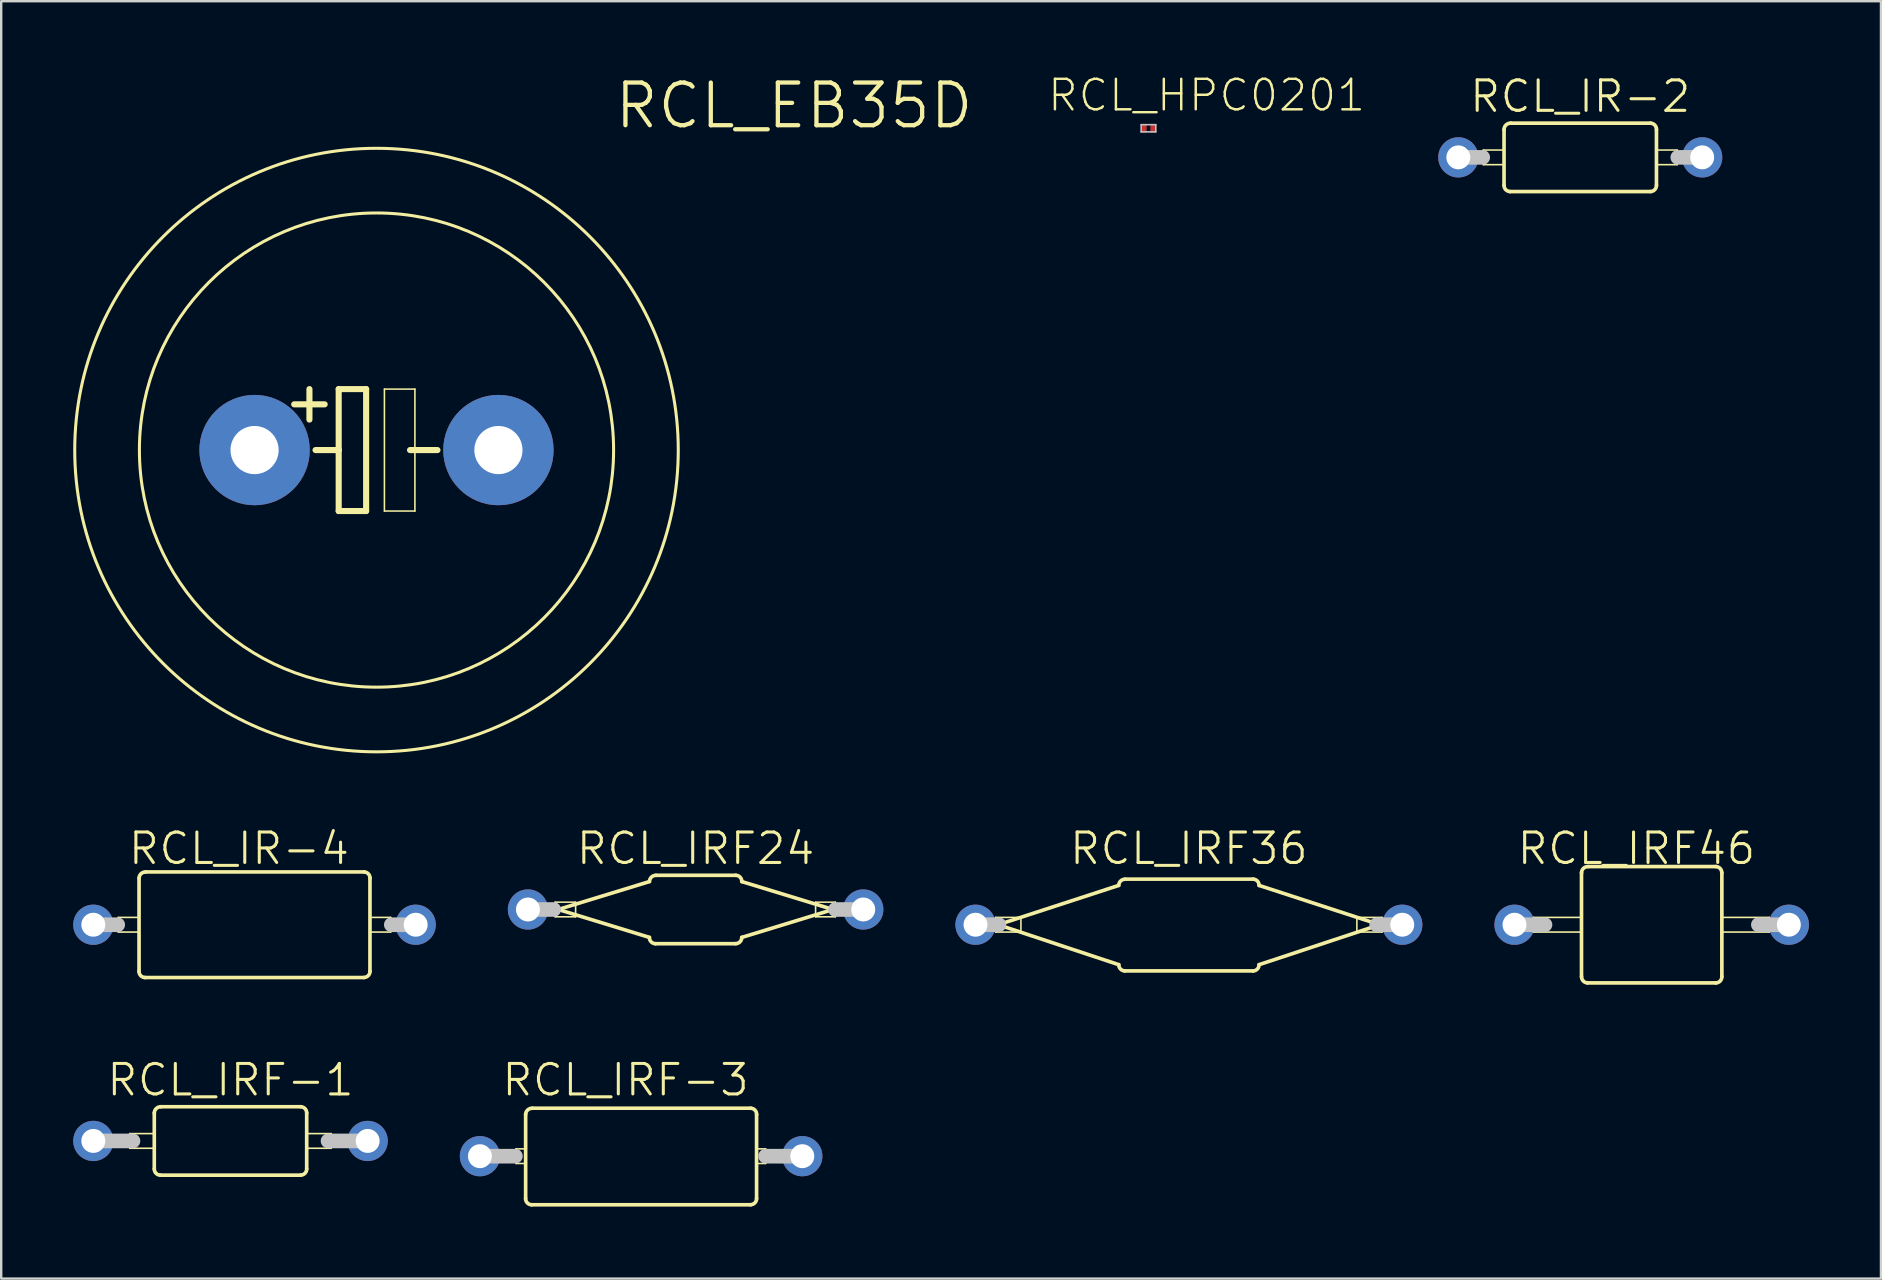
<source format=kicad_pcb>
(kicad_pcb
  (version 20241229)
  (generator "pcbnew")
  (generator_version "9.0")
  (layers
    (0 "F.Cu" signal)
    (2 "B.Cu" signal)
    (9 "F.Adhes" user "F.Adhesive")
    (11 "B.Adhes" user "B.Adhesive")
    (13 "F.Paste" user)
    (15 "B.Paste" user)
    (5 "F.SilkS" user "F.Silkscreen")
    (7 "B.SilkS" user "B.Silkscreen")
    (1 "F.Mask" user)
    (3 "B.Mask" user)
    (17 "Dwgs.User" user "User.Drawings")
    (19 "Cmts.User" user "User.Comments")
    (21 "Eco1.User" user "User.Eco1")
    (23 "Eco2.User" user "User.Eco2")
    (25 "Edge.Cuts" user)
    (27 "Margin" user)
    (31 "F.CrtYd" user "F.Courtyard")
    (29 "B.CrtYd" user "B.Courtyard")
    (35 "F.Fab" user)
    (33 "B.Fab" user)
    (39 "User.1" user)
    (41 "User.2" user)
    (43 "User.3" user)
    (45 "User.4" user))
  (footprint "RCL_IRF-1"
    (layer "F.Cu")
    (at 6.553 44.485)
    (property "Reference" "RCL_IRF-1" (at 0 -2.54 0) (layer "F.SilkS") (effects (font (size 1.27 1.27) (thickness 0.127))))
    (attr exclude_from_pos_files exclude_from_bom)
    (fp_line (start -4.199 -0.305) (end -3.175 -0.305) (stroke (width 0.066) (type solid)) (layer "F.SilkS"))
    (fp_line (start -4.199 0.305) (end -4.199 -0.305) (stroke (width 0.066) (type solid)) (layer "F.SilkS"))
    (fp_line (start -4.199 0.305) (end -3.175 0.305) (stroke (width 0.066) (type solid)) (layer "F.SilkS"))
    (fp_line (start -3.175 0.305) (end -3.175 -0.305) (stroke (width 0.066) (type solid)) (layer "F.SilkS"))
    (fp_line (start -3.175 1.163) (end -3.175 -1.163) (stroke (width 0.152) (type solid)) (layer "F.SilkS"))
    (fp_line (start 2.924 -1.425) (end -2.898 -1.425) (stroke (width 0.152) (type solid)) (layer "F.SilkS"))
    (fp_line (start 2.924 1.425) (end -2.924 1.425) (stroke (width 0.152) (type solid)) (layer "F.SilkS"))
    (fp_line (start 3.175 -0.305) (end 4.199 -0.305) (stroke (width 0.066) (type solid)) (layer "F.SilkS"))
    (fp_line (start 3.175 0.305) (end 3.175 -0.305) (stroke (width 0.066) (type solid)) (layer "F.SilkS"))
    (fp_line (start 3.175 0.305) (end 4.199 0.305) (stroke (width 0.066) (type solid)) (layer "F.SilkS"))
    (fp_line (start 3.175 1.163) (end 3.175 -1.163) (stroke (width 0.152) (type solid)) (layer "F.SilkS"))
    (fp_line (start 4.199 0.305) (end 4.199 -0.305) (stroke (width 0.066) (type solid)) (layer "F.SilkS"))
    (fp_arc (start -3.175 -1.16332) (mid -3.090753 -1.35147) (end -2.89814 -1.42494) (stroke (width 0.1524) (type solid)) (layer "F.SilkS"))
    (fp_arc (start -2.92354 1.42494) (mid -3.103453 1.346209) (end -3.175 1.16332) (stroke (width 0.1524) (type solid)) (layer "F.SilkS"))
    (fp_arc (start 2.92354 -1.42494) (mid 3.103453 -1.346209) (end 3.175 -1.16332) (stroke (width 0.1524) (type solid)) (layer "F.SilkS"))
    (fp_arc (start 3.175 1.16332) (mid 3.103453 1.346209) (end 2.92354 1.42494) (stroke (width 0.1524) (type solid)) (layer "F.SilkS"))
    (fp_line (start -5.715 0) (end -4.064 0) (stroke (width 0.61) (type solid)) (layer "Dwgs.User"))
    (fp_line (start 5.715 0) (end 4.064 0) (stroke (width 0.61) (type solid)) (layer "Dwgs.User"))
    (pad "1" thru_hole circle (at -5.715 0) (size 1.676 1.676) (drill 0.998) (layers "*.Cu" "*.Paste" "*.Mask"))
    (pad "2" thru_hole circle (at 5.715 0) (size 1.676 1.676) (drill 0.998) (layers "*.Cu" "*.Paste" "*.Mask")))
  (footprint "RCL_IR-2"
    (layer "F.Cu")
    (at 62.788 3.506)
    (property "Reference" "RCL_IR-2" (at 0 -2.54 0) (layer "F.SilkS") (effects (font (size 1.27 1.27) (thickness 0.127))))
    (attr exclude_from_pos_files exclude_from_bom)
    (fp_line (start -4.039 -0.305) (end -3.175 -0.305) (stroke (width 0.066) (type solid)) (layer "F.SilkS"))
    (fp_line (start -4.039 0.305) (end -4.039 -0.305) (stroke (width 0.066) (type solid)) (layer "F.SilkS"))
    (fp_line (start -4.039 0.305) (end -3.175 0.305) (stroke (width 0.066) (type solid)) (layer "F.SilkS"))
    (fp_line (start -3.175 0.305) (end -3.175 -0.305) (stroke (width 0.066) (type solid)) (layer "F.SilkS"))
    (fp_line (start -3.175 1.163) (end -3.175 -1.163) (stroke (width 0.152) (type solid)) (layer "F.SilkS"))
    (fp_line (start 2.924 -1.425) (end -2.898 -1.425) (stroke (width 0.152) (type solid)) (layer "F.SilkS"))
    (fp_line (start 2.924 1.425) (end -2.924 1.425) (stroke (width 0.152) (type solid)) (layer "F.SilkS"))
    (fp_line (start 3.175 -0.305) (end 4.039 -0.305) (stroke (width 0.066) (type solid)) (layer "F.SilkS"))
    (fp_line (start 3.175 0.305) (end 3.175 -0.305) (stroke (width 0.066) (type solid)) (layer "F.SilkS"))
    (fp_line (start 3.175 0.305) (end 4.039 0.305) (stroke (width 0.066) (type solid)) (layer "F.SilkS"))
    (fp_line (start 3.175 1.163) (end 3.175 -1.163) (stroke (width 0.152) (type solid)) (layer "F.SilkS"))
    (fp_line (start 4.039 0.305) (end 4.039 -0.305) (stroke (width 0.066) (type solid)) (layer "F.SilkS"))
    (fp_arc (start -3.175 -1.16332) (mid -3.090753 -1.35147) (end -2.89814 -1.42494) (stroke (width 0.1524) (type solid)) (layer "F.SilkS"))
    (fp_arc (start -2.92354 1.42494) (mid -3.103453 1.346209) (end -3.175 1.16332) (stroke (width 0.1524) (type solid)) (layer "F.SilkS"))
    (fp_arc (start 2.92354 -1.42494) (mid 3.103453 -1.346209) (end 3.175 -1.16332) (stroke (width 0.1524) (type solid)) (layer "F.SilkS"))
    (fp_arc (start 3.175 1.16332) (mid 3.103453 1.346209) (end 2.92354 1.42494) (stroke (width 0.1524) (type solid)) (layer "F.SilkS"))
    (fp_line (start -5.08 0) (end -4.064 0) (stroke (width 0.61) (type solid)) (layer "Dwgs.User"))
    (fp_line (start 5.08 0) (end 4.064 0) (stroke (width 0.61) (type solid)) (layer "Dwgs.User"))
    (pad "1" thru_hole circle (at -5.08 0) (size 1.676 1.676) (drill 0.998) (layers "*.Cu" "*.Paste" "*.Mask"))
    (pad "2" thru_hole circle (at 5.08 0) (size 1.676 1.676) (drill 0.998) (layers "*.Cu" "*.Paste" "*.Mask")))
  (footprint "RCL_IR-4"
    (layer "F.Cu")
    (at 7.541 35.477)
    (property "Reference" "RCL_IR-4" (at -0.635 -3.175 0) (layer "F.SilkS") (effects (font (size 1.27 1.27) (thickness 0.127))))
    (attr exclude_from_pos_files exclude_from_bom)
    (fp_line (start -5.662 -0.305) (end -4.798 -0.305) (stroke (width 0.066) (type solid)) (layer "F.SilkS"))
    (fp_line (start -5.662 0.305) (end -5.662 -0.305) (stroke (width 0.066) (type solid)) (layer "F.SilkS"))
    (fp_line (start -5.662 0.305) (end -4.798 0.305) (stroke (width 0.066) (type solid)) (layer "F.SilkS"))
    (fp_line (start -4.798 0.305) (end -4.798 -0.305) (stroke (width 0.066) (type solid)) (layer "F.SilkS"))
    (fp_line (start -4.798 1.938) (end -4.798 -1.938) (stroke (width 0.152) (type solid)) (layer "F.SilkS"))
    (fp_line (start 4.575 -2.2) (end -4.524 -2.2) (stroke (width 0.152) (type solid)) (layer "F.SilkS"))
    (fp_line (start 4.575 2.2) (end -4.549 2.2) (stroke (width 0.152) (type solid)) (layer "F.SilkS"))
    (fp_line (start 4.823 -0.305) (end 5.687 -0.305) (stroke (width 0.066) (type solid)) (layer "F.SilkS"))
    (fp_line (start 4.823 0.305) (end 4.823 -0.305) (stroke (width 0.066) (type solid)) (layer "F.SilkS"))
    (fp_line (start 4.823 0.305) (end 5.687 0.305) (stroke (width 0.066) (type solid)) (layer "F.SilkS"))
    (fp_line (start 4.823 1.938) (end 4.823 -1.938) (stroke (width 0.152) (type solid)) (layer "F.SilkS"))
    (fp_line (start 5.687 0.305) (end 5.687 -0.305) (stroke (width 0.066) (type solid)) (layer "F.SilkS"))
    (fp_arc (start -4.79806 -1.93802) (mid -4.714557 -2.124374) (end -4.52374 -2.1971) (stroke (width 0.1524) (type solid)) (layer "F.SilkS"))
    (fp_arc (start -4.54914 2.19964) (mid -4.729053 2.120909) (end -4.8006 1.93802) (stroke (width 0.1524) (type solid)) (layer "F.SilkS"))
    (fp_arc (start 4.57454 -2.19964) (mid 4.754453 -2.120909) (end 4.826 -1.93802) (stroke (width 0.1524) (type solid)) (layer "F.SilkS"))
    (fp_arc (start 4.82346 1.93802) (mid 4.752657 2.119113) (end 4.57454 2.1971) (stroke (width 0.1524) (type solid)) (layer "F.SilkS"))
    (fp_line (start -6.703 0) (end -5.687 0) (stroke (width 0.61) (type solid)) (layer "Dwgs.User"))
    (fp_line (start 6.728 0) (end 5.712 0) (stroke (width 0.61) (type solid)) (layer "Dwgs.User"))
    (pad "1" thru_hole circle (at -6.703 0) (size 1.676 1.676) (drill 0.998) (layers "*.Cu" "*.Paste" "*.Mask"))
    (pad "2" thru_hole circle (at 6.728 0) (size 1.676 1.676) (drill 0.998) (layers "*.Cu" "*.Paste" "*.Mask")))
  (footprint "RCL_HPC0201"
    (layer "F.Cu")
    (at 44.799 2.295)
    (property "Reference" "RCL_HPC0201" (at 2.423 -1.374 0) (layer "F.SilkS") (effects (font (size 1.27 1.27) (thickness 0.102))))
    (attr smd)
    (fp_line (start -0.305 -0.15) (end 0.305 -0.15) (stroke (width 0.066) (type solid)) (layer "Dwgs.User"))
    (fp_line (start -0.305 0.15) (end -0.305 -0.15) (stroke (width 0.066) (type solid)) (layer "Dwgs.User"))
    (fp_line (start -0.305 0.15) (end 0.305 0.15) (stroke (width 0.066) (type solid)) (layer "Dwgs.User"))
    (fp_line (start 0.305 0.15) (end 0.305 -0.15) (stroke (width 0.066) (type solid)) (layer "Dwgs.User"))
    (pad "1" smd rect (at -0.178 0) (size 0.198 0.348) (layers "F.Cu" "F.Mask" "F.Paste"))
    (pad "2" smd rect (at 0.178 0) (size 0.198 0.348) (layers "F.Cu" "F.Mask" "F.Paste")))
  (footprint "RCL_IRF36"
    (layer "F.Cu")
    (at 46.483 35.477)
    (property "Reference" "RCL_IRF36" (at 0 -3.175 0) (layer "F.SilkS") (effects (font (size 1.27 1.27) (thickness 0.127))))
    (attr exclude_from_pos_files exclude_from_bom)
    (fp_line (start -8.049 -0.305) (end -6.998 -0.305) (stroke (width 0.066) (type solid)) (layer "F.SilkS"))
    (fp_line (start -8.049 0.305) (end -8.049 -0.305) (stroke (width 0.066) (type solid)) (layer "F.SilkS"))
    (fp_line (start -8.049 0.305) (end -6.998 0.305) (stroke (width 0.066) (type solid)) (layer "F.SilkS"))
    (fp_line (start -7.948 0) (end -2.924 -1.638) (stroke (width 0.152) (type solid)) (layer "F.SilkS"))
    (fp_line (start -6.998 0.305) (end -6.998 -0.305) (stroke (width 0.066) (type solid)) (layer "F.SilkS"))
    (fp_line (start -2.924 1.664) (end -7.948 0) (stroke (width 0.152) (type solid)) (layer "F.SilkS"))
    (fp_line (start 2.675 -1.9) (end -2.649 -1.9) (stroke (width 0.152) (type solid)) (layer "F.SilkS"))
    (fp_line (start 2.675 1.923) (end -2.675 1.923) (stroke (width 0.152) (type solid)) (layer "F.SilkS"))
    (fp_line (start 2.924 1.664) (end 7.948 0) (stroke (width 0.152) (type solid)) (layer "F.SilkS"))
    (fp_line (start 6.998 -0.305) (end 8.049 -0.305) (stroke (width 0.066) (type solid)) (layer "F.SilkS"))
    (fp_line (start 6.998 0.305) (end 6.998 -0.305) (stroke (width 0.066) (type solid)) (layer "F.SilkS"))
    (fp_line (start 6.998 0.305) (end 8.049 0.305) (stroke (width 0.066) (type solid)) (layer "F.SilkS"))
    (fp_line (start 7.948 0) (end 2.924 -1.638) (stroke (width 0.152) (type solid)) (layer "F.SilkS"))
    (fp_line (start 8.049 0.305) (end 8.049 -0.305) (stroke (width 0.066) (type solid)) (layer "F.SilkS"))
    (fp_arc (start -2.92354 -1.6383) (mid -2.840037 -1.824654) (end -2.64922 -1.89738) (stroke (width 0.1524) (type solid)) (layer "F.SilkS"))
    (fp_arc (start -2.67462 1.92278) (mid -2.851993 1.842997) (end -2.921 1.66116) (stroke (width 0.1524) (type solid)) (layer "F.SilkS"))
    (fp_arc (start 2.67462 -1.89992) (mid 2.853789 -1.819393) (end 2.92354 -1.63576) (stroke (width 0.1524) (type solid)) (layer "F.SilkS"))
    (fp_arc (start 2.92354 1.6637) (mid 2.851993 1.846589) (end 2.67208 1.92532) (stroke (width 0.1524) (type solid)) (layer "F.SilkS"))
    (fp_line (start -7.915 0) (end -8.89 0) (stroke (width 0.61) (type solid)) (layer "Dwgs.User"))
    (fp_line (start 7.823 0) (end 8.89 0) (stroke (width 0.61) (type solid)) (layer "Dwgs.User"))
    (pad "1" thru_hole circle (at -8.89 0) (size 1.676 1.676) (drill 0.998) (layers "*.Cu" "*.Paste" "*.Mask"))
    (pad "2" thru_hole circle (at 8.89 0) (size 1.676 1.676) (drill 0.998) (layers "*.Cu" "*.Paste" "*.Mask")))
  (footprint "RCL_IRF46"
    (layer "F.Cu")
    (at 65.764 35.477)
    (property "Reference" "RCL_IRF46" (at -0.635 -3.175 0) (layer "F.SilkS") (effects (font (size 1.27 1.27) (thickness 0.127))))
    (attr exclude_from_pos_files exclude_from_bom)
    (fp_line (start -4.923 -0.305) (end -2.924 -0.305) (stroke (width 0.066) (type solid)) (layer "F.SilkS"))
    (fp_line (start -4.923 0.305) (end -4.923 -0.305) (stroke (width 0.066) (type solid)) (layer "F.SilkS"))
    (fp_line (start -4.923 0.305) (end -2.924 0.305) (stroke (width 0.066) (type solid)) (layer "F.SilkS"))
    (fp_line (start -2.924 0.305) (end -2.924 -0.305) (stroke (width 0.066) (type solid)) (layer "F.SilkS"))
    (fp_line (start -2.924 2.162) (end -2.924 -2.162) (stroke (width 0.152) (type solid)) (layer "F.SilkS"))
    (fp_line (start 2.675 -2.423) (end -2.649 -2.423) (stroke (width 0.152) (type solid)) (layer "F.SilkS"))
    (fp_line (start 2.675 2.423) (end -2.675 2.423) (stroke (width 0.152) (type solid)) (layer "F.SilkS"))
    (fp_line (start 2.924 -0.305) (end 4.9 -0.305) (stroke (width 0.066) (type solid)) (layer "F.SilkS"))
    (fp_line (start 2.924 0.305) (end 2.924 -0.305) (stroke (width 0.066) (type solid)) (layer "F.SilkS"))
    (fp_line (start 2.924 0.305) (end 4.9 0.305) (stroke (width 0.066) (type solid)) (layer "F.SilkS"))
    (fp_line (start 2.924 2.162) (end 2.924 -2.162) (stroke (width 0.152) (type solid)) (layer "F.SilkS"))
    (fp_line (start 4.9 0.305) (end 4.9 -0.305) (stroke (width 0.066) (type solid)) (layer "F.SilkS"))
    (fp_arc (start -2.92354 -2.16154) (mid -2.841833 -2.348637) (end -2.65176 -2.42316) (stroke (width 0.1524) (type solid)) (layer "F.SilkS"))
    (fp_arc (start -2.67462 2.42316) (mid -2.851993 2.343377) (end -2.921 2.16154) (stroke (width 0.1524) (type solid)) (layer "F.SilkS"))
    (fp_arc (start 2.67462 -2.42316) (mid 2.851993 -2.343377) (end 2.921 -2.16154) (stroke (width 0.1524) (type solid)) (layer "F.SilkS"))
    (fp_arc (start 2.92354 2.16154) (mid 2.853789 2.345173) (end 2.67462 2.4257) (stroke (width 0.1524) (type solid)) (layer "F.SilkS"))
    (fp_line (start -5.715 0) (end -4.445 0) (stroke (width 0.61) (type solid)) (layer "Dwgs.User"))
    (fp_line (start 5.715 0) (end 4.445 0) (stroke (width 0.61) (type solid)) (layer "Dwgs.User"))
    (pad "1" thru_hole circle (at -5.715 0) (size 1.676 1.676) (drill 0.998) (layers "*.Cu" "*.Paste" "*.Mask"))
    (pad "2" thru_hole circle (at 5.715 0) (size 1.676 1.676) (drill 0.998) (layers "*.Cu" "*.Paste" "*.Mask")))
  (footprint "RCL_IRF24"
    (layer "F.Cu")
    (at 25.931 34.842)
    (property "Reference" "RCL_IRF24" (at 0 -2.54 0) (layer "F.SilkS") (effects (font (size 1.27 1.27) (thickness 0.127))))
    (attr exclude_from_pos_files exclude_from_bom)
    (fp_line (start -5.85 -0.305) (end -4.999 -0.305) (stroke (width 0.066) (type solid)) (layer "F.SilkS"))
    (fp_line (start -5.85 0.305) (end -5.85 -0.305) (stroke (width 0.066) (type solid)) (layer "F.SilkS"))
    (fp_line (start -5.85 0.305) (end -4.999 0.305) (stroke (width 0.066) (type solid)) (layer "F.SilkS"))
    (fp_line (start -5.723 0) (end -1.923 -1.163) (stroke (width 0.152) (type solid)) (layer "F.SilkS"))
    (fp_line (start -4.999 0.305) (end -4.999 -0.305) (stroke (width 0.066) (type solid)) (layer "F.SilkS"))
    (fp_line (start -1.923 1.163) (end -5.723 0) (stroke (width 0.152) (type solid)) (layer "F.SilkS"))
    (fp_line (start 1.674 -1.425) (end -1.648 -1.425) (stroke (width 0.152) (type solid)) (layer "F.SilkS"))
    (fp_line (start 1.674 1.425) (end -1.674 1.425) (stroke (width 0.152) (type solid)) (layer "F.SilkS"))
    (fp_line (start 1.923 1.163) (end 5.723 0) (stroke (width 0.152) (type solid)) (layer "F.SilkS"))
    (fp_line (start 4.999 -0.305) (end 5.824 -0.305) (stroke (width 0.066) (type solid)) (layer "F.SilkS"))
    (fp_line (start 4.999 0.305) (end 4.999 -0.305) (stroke (width 0.066) (type solid)) (layer "F.SilkS"))
    (fp_line (start 4.999 0.305) (end 5.824 0.305) (stroke (width 0.066) (type solid)) (layer "F.SilkS"))
    (fp_line (start 5.723 0) (end 1.923 -1.163) (stroke (width 0.152) (type solid)) (layer "F.SilkS"))
    (fp_line (start 5.824 0.305) (end 5.824 -0.305) (stroke (width 0.066) (type solid)) (layer "F.SilkS"))
    (fp_arc (start -1.92278 -1.16332) (mid -1.839277 -1.349674) (end -1.64846 -1.4224) (stroke (width 0.1524) (type solid)) (layer "F.SilkS"))
    (fp_arc (start -1.67386 1.42494) (mid -1.853773 1.346209) (end -1.92532 1.16332) (stroke (width 0.1524) (type solid)) (layer "F.SilkS"))
    (fp_arc (start 1.67386 -1.42494) (mid 1.853773 -1.346209) (end 1.92532 -1.16332) (stroke (width 0.1524) (type solid)) (layer "F.SilkS"))
    (fp_arc (start 1.92278 1.16332) (mid 1.851977 1.344413) (end 1.67386 1.4224) (stroke (width 0.1524) (type solid)) (layer "F.SilkS"))
    (fp_line (start -5.913 0) (end -6.985 0) (stroke (width 0.61) (type solid)) (layer "Dwgs.User"))
    (fp_line (start 5.824 0) (end 6.985 0) (stroke (width 0.61) (type solid)) (layer "Dwgs.User"))
    (pad "1" thru_hole circle (at -6.985 0) (size 1.676 1.676) (drill 0.998) (layers "*.Cu" "*.Paste" "*.Mask"))
    (pad "2" thru_hole circle (at 6.985 0) (size 1.676 1.676) (drill 0.998) (layers "*.Cu" "*.Paste" "*.Mask")))
  (footprint "RCL_IRF-3"
    (layer "F.Cu")
    (at 23.648 45.12)
    (property "Reference" "RCL_IRF-3" (at -0.635 -3.175 0) (layer "F.SilkS") (effects (font (size 1.27 1.27) (thickness 0.127))))
    (attr exclude_from_pos_files exclude_from_bom)
    (fp_line (start -5.199 -0.305) (end -4.798 -0.305) (stroke (width 0.066) (type solid)) (layer "F.SilkS"))
    (fp_line (start -5.199 0.305) (end -5.199 -0.305) (stroke (width 0.066) (type solid)) (layer "F.SilkS"))
    (fp_line (start -5.199 0.305) (end -4.798 0.305) (stroke (width 0.066) (type solid)) (layer "F.SilkS"))
    (fp_line (start -4.798 0.305) (end -4.798 -0.305) (stroke (width 0.066) (type solid)) (layer "F.SilkS"))
    (fp_line (start -4.798 1.763) (end -4.798 -1.737) (stroke (width 0.152) (type solid)) (layer "F.SilkS"))
    (fp_line (start 4.575 -1.999) (end -4.524 -1.999) (stroke (width 0.152) (type solid)) (layer "F.SilkS"))
    (fp_line (start 4.575 2.024) (end -4.549 2.024) (stroke (width 0.152) (type solid)) (layer "F.SilkS"))
    (fp_line (start 4.823 -0.305) (end 5.199 -0.305) (stroke (width 0.066) (type solid)) (layer "F.SilkS"))
    (fp_line (start 4.823 0.305) (end 4.823 -0.305) (stroke (width 0.066) (type solid)) (layer "F.SilkS"))
    (fp_line (start 4.823 0.305) (end 5.199 0.305) (stroke (width 0.066) (type solid)) (layer "F.SilkS"))
    (fp_line (start 4.823 1.763) (end 4.823 -1.737) (stroke (width 0.152) (type solid)) (layer "F.SilkS"))
    (fp_line (start 5.199 0.305) (end 5.199 -0.305) (stroke (width 0.066) (type solid)) (layer "F.SilkS"))
    (fp_arc (start -4.79806 -1.73736) (mid -4.714557 -1.923714) (end -4.52374 -1.99644) (stroke (width 0.1524) (type solid)) (layer "F.SilkS"))
    (fp_arc (start -4.54914 2.02438) (mid -4.729053 1.945649) (end -4.8006 1.76276) (stroke (width 0.1524) (type solid)) (layer "F.SilkS"))
    (fp_arc (start 4.57454 -1.99898) (mid 4.754453 -1.920249) (end 4.826 -1.73736) (stroke (width 0.1524) (type solid)) (layer "F.SilkS"))
    (fp_arc (start 4.82346 1.76276) (mid 4.752657 1.943853) (end 4.57454 2.02184) (stroke (width 0.1524) (type solid)) (layer "F.SilkS"))
    (fp_line (start -6.703 0) (end -5.225 0) (stroke (width 0.61) (type solid)) (layer "Dwgs.User"))
    (fp_line (start 6.728 0) (end 5.199 0) (stroke (width 0.61) (type solid)) (layer "Dwgs.User"))
    (pad "1" thru_hole circle (at -6.703 0) (size 1.676 1.676) (drill 0.998) (layers "*.Cu" "*.Paste" "*.Mask"))
    (pad "2" thru_hole circle (at 6.728 0) (size 1.676 1.676) (drill 0.998) (layers "*.Cu" "*.Paste" "*.Mask")))
  (footprint "RCL_EB35D"
    (layer "F.Cu")
    (at 12.636 15.701)
    (property "Reference" "RCL_EB35D" (at 17.399 -14.348 0) (layer "F.SilkS") (effects (font (size 1.778 1.778) (thickness 0.178))))
    (attr exclude_from_pos_files exclude_from_bom)
    (fp_line (start -2.794 -2.54) (end -2.794 -1.27) (stroke (width 0.254) (type solid)) (layer "F.SilkS"))
    (fp_line (start -2.54 0) (end -1.575 0) (stroke (width 0.254) (type solid)) (layer "F.SilkS"))
    (fp_line (start -2.159 -1.905) (end -3.429 -1.905) (stroke (width 0.254) (type solid)) (layer "F.SilkS"))
    (fp_line (start -1.575 -2.54) (end -0.432 -2.54) (stroke (width 0.254) (type solid)) (layer "F.SilkS"))
    (fp_line (start -1.575 0) (end -1.575 -2.54) (stroke (width 0.254) (type solid)) (layer "F.SilkS"))
    (fp_line (start -1.575 2.54) (end -1.575 0) (stroke (width 0.254) (type solid)) (layer "F.SilkS"))
    (fp_line (start -0.432 -2.54) (end -0.432 2.54) (stroke (width 0.254) (type solid)) (layer "F.SilkS"))
    (fp_line (start -0.432 2.54) (end -1.575 2.54) (stroke (width 0.254) (type solid)) (layer "F.SilkS"))
    (fp_line (start 0.33 -2.54) (end 1.6 -2.54) (stroke (width 0.066) (type solid)) (layer "F.SilkS"))
    (fp_line (start 0.33 2.54) (end 0.33 -2.54) (stroke (width 0.066) (type solid)) (layer "F.SilkS"))
    (fp_line (start 0.33 2.54) (end 1.6 2.54) (stroke (width 0.066) (type solid)) (layer "F.SilkS"))
    (fp_line (start 1.397 0) (end 2.54 0) (stroke (width 0.254) (type solid)) (layer "F.SilkS"))
    (fp_line (start 1.6 2.54) (end 1.6 -2.54) (stroke (width 0.066) (type solid)) (layer "F.SilkS"))
    (fp_circle (center 0 0) (end -8.89 8.89) (stroke (width 0.127) (type solid)) (fill no) (layer "F.SilkS"))
    (fp_circle (center 0 0) (end -6.985 6.985) (stroke (width 0.127) (type solid)) (fill no) (layer "F.SilkS"))
    (pad "+" thru_hole circle (at -5.08 0) (size 4.597 4.597) (drill 2.007) (layers "*.Cu" "*.Paste" "*.Mask"))
    (pad "-" thru_hole circle (at 5.08 0) (size 4.597 4.597) (drill 2.007) (layers "*.Cu" "*.Paste" "*.Mask")))
  (gr_rect
    (start -3 -3)
    (end 75.317 50.221)
    (stroke (width 0.1) (type default))
    (fill no)
    (layer "Edge.Cuts")))
</source>
